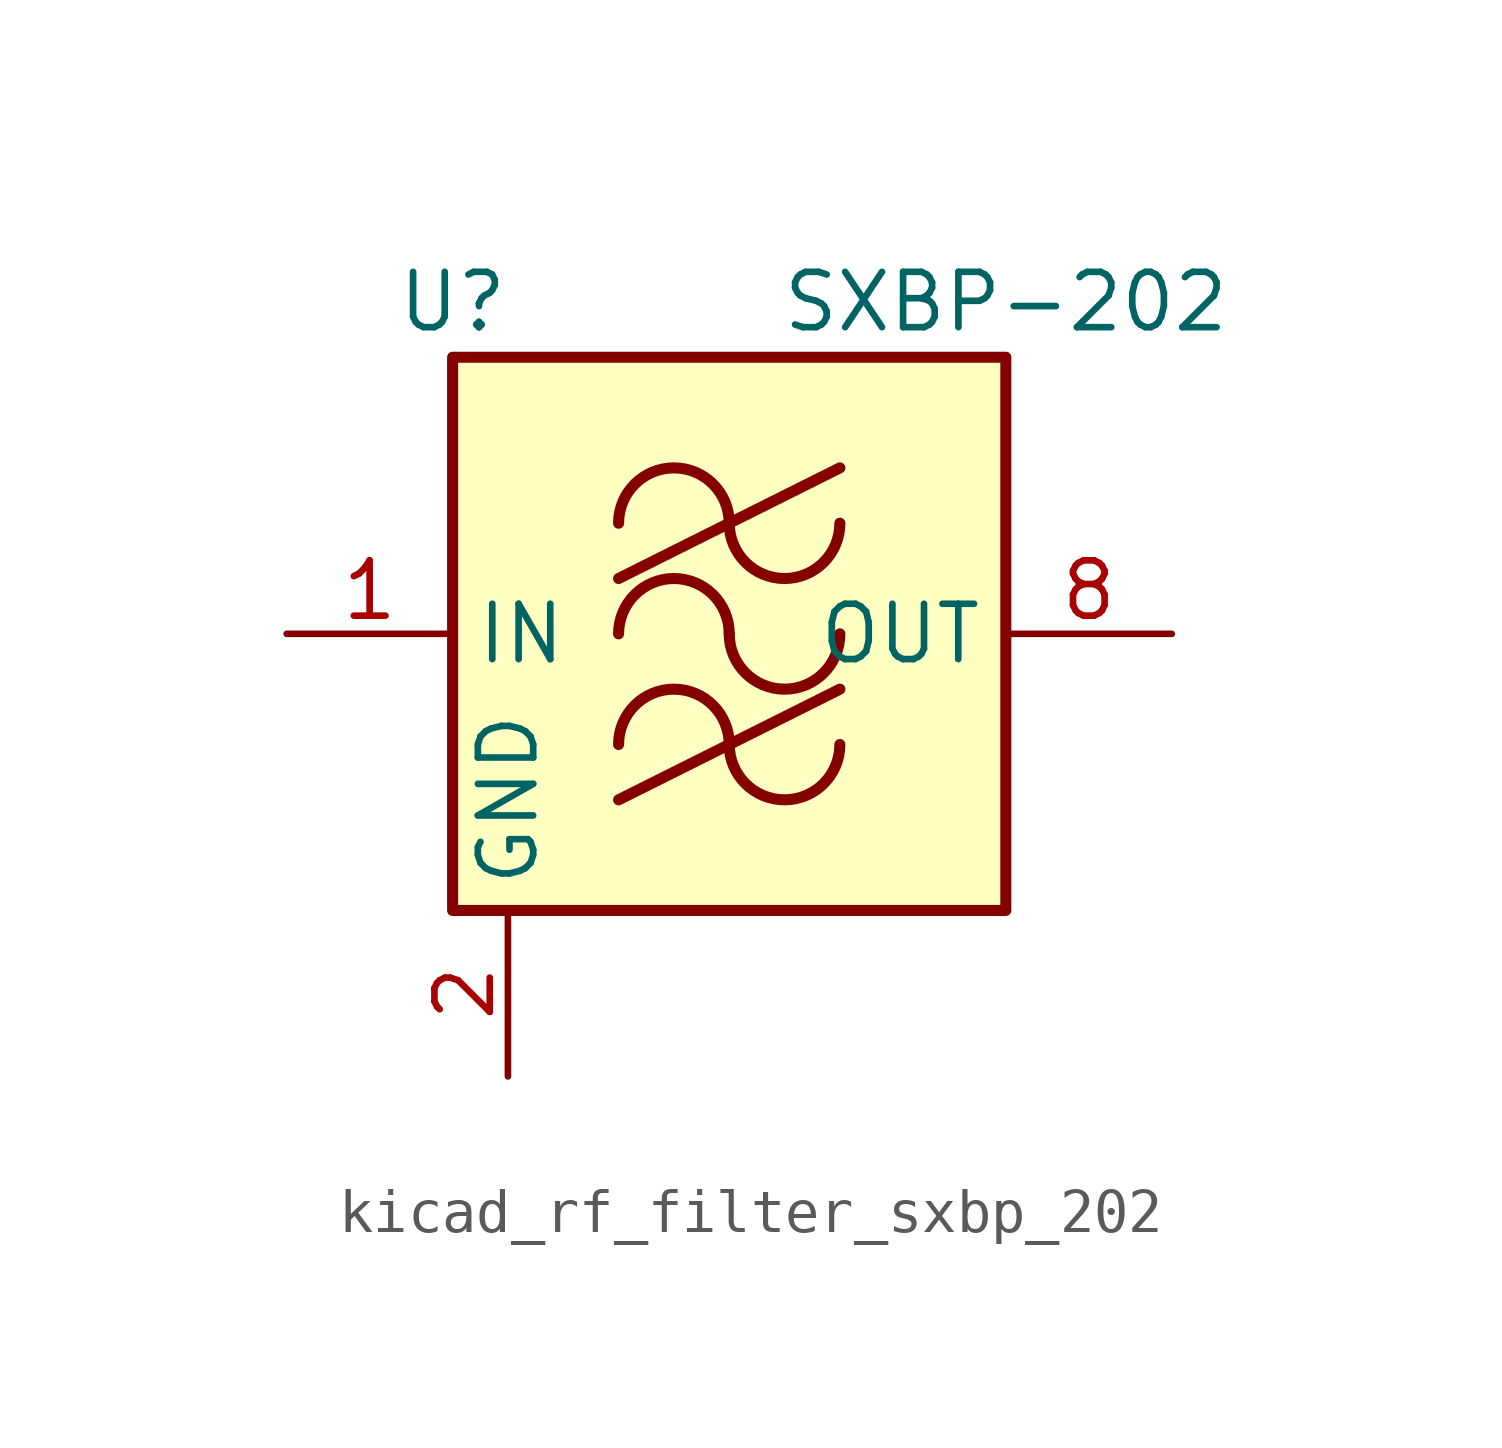
<source format=kicad_sym>
(kicad_symbol_lib
  (version 20220914)
  (generator kicad_symbol_editor)
  (symbol "kicad_rf_filter_sxbp_202"
    (property "Reference" "U"
      (at -6.35 7.62 0)
      (effects (font (size 1.27 1.27))))
    (property "Value" "SXBP-202"
      (at 6.35 7.62 0)
      (effects (font (size 1.27 1.27))))
    (symbol "kicad_rf_filter_sxbp_202_0_1"
      (rectangle (start -6.35 6.35) (end 6.35 -6.35) (stroke (width 0.254) (type default)) (fill (type background)))
      (arc (start 0 -2.54) (mid -1.27 -1.2755) (end -2.54 -2.54) (stroke (width 0.254) (type default)) (fill (type none)))
      (arc (start 0 -2.54) (mid 1.27 -3.8045) (end 2.54 -2.54) (stroke (width 0.254) (type default)) (fill (type none)))
      (arc (start 0 0) (mid -1.27 1.2645) (end -2.54 0) (stroke (width 0.254) (type default)) (fill (type none)))
      (polyline (pts (xy -2.54 -3.81) (xy 2.54 -1.27)) (stroke (width 0.254) (type default)) (fill (type none)))
      (polyline (pts (xy -2.54 1.27) (xy 2.54 3.81)) (stroke (width 0.254) (type default)) (fill (type none)))
      (arc (start 0 0) (mid 1.27 -1.2645) (end 2.54 0) (stroke (width 0.254) (type default)) (fill (type none)))
      (arc (start 0 2.54) (mid -1.27 3.8045) (end -2.54 2.54) (stroke (width 0.254) (type default)) (fill (type none)))
      (arc (start 0 2.54) (mid 1.27 1.2755) (end 2.54 2.54) (stroke (width 0.254) (type default)) (fill (type none))))
    (symbol "kicad_rf_filter_sxbp_202_1_1"
      (pin input line (at -10.16 0 0) (length 3.81) (name "IN" (effects (font (size 1.27 1.27)))) (number "1" (effects (font (size 1.27 1.27)))))
      (pin power_in line (at -5.08 -10.16 90) (length 3.81) (name "GND" (effects (font (size 1.27 1.27)))) (number "2" (effects (font (size 1.27 1.27)))))
      (pin passive line (at -5.08 -10.16 90) (length 3.81) hide (name "GND" (effects (font (size 1.27 1.27)))) (number "3" (effects (font (size 1.27 1.27)))))
      (pin passive line (at -5.08 -10.16 90) (length 3.81) hide (name "GND" (effects (font (size 1.27 1.27)))) (number "4" (effects (font (size 1.27 1.27)))))
      (pin passive line (at -5.08 -10.16 90) (length 3.81) hide (name "GND" (effects (font (size 1.27 1.27)))) (number "5" (effects (font (size 1.27 1.27)))))
      (pin passive line (at -5.08 -10.16 90) (length 3.81) hide (name "GND" (effects (font (size 1.27 1.27)))) (number "6" (effects (font (size 1.27 1.27)))))
      (pin passive line (at -5.08 -10.16 90) (length 3.81) hide (name "GND" (effects (font (size 1.27 1.27)))) (number "7" (effects (font (size 1.27 1.27)))))
      (pin output line (at 10.16 0 180) (length 3.81) (name "OUT" (effects (font (size 1.27 1.27)))) (number "8" (effects (font (size 1.27 1.27))))))))
</source>
